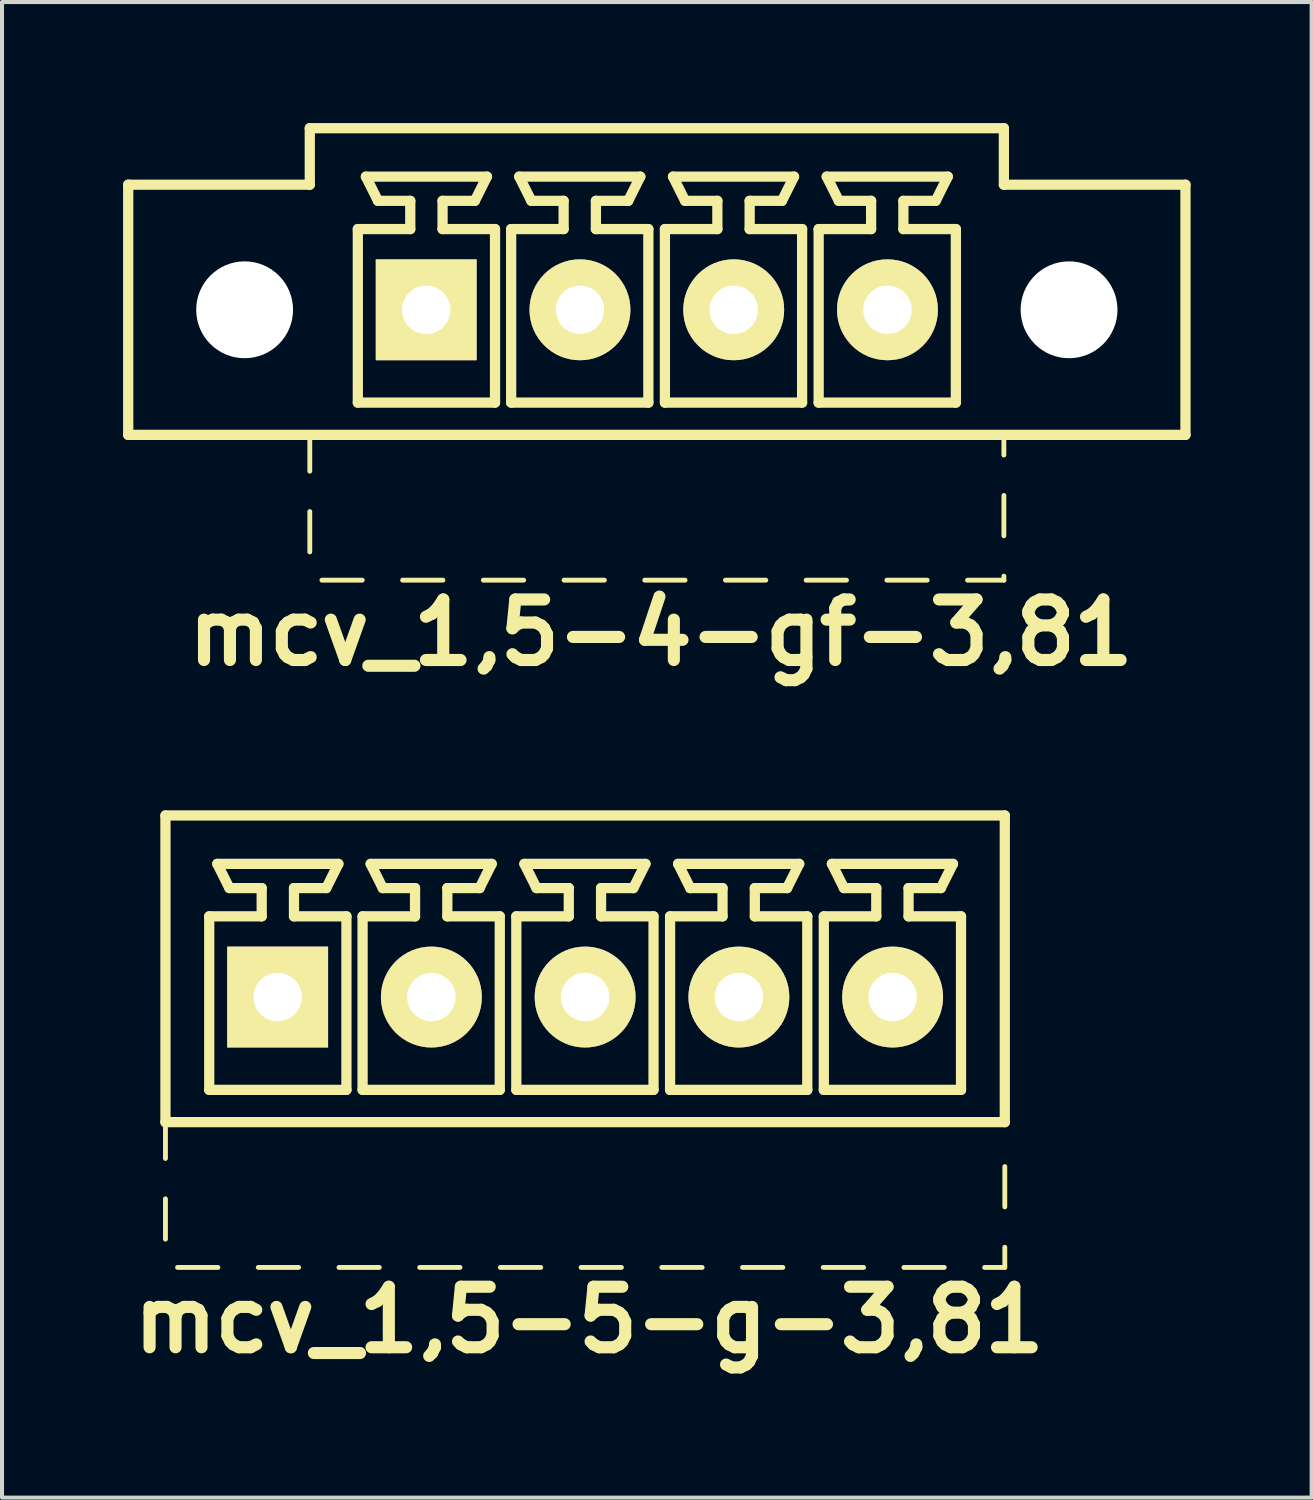
<source format=kicad_pcb>
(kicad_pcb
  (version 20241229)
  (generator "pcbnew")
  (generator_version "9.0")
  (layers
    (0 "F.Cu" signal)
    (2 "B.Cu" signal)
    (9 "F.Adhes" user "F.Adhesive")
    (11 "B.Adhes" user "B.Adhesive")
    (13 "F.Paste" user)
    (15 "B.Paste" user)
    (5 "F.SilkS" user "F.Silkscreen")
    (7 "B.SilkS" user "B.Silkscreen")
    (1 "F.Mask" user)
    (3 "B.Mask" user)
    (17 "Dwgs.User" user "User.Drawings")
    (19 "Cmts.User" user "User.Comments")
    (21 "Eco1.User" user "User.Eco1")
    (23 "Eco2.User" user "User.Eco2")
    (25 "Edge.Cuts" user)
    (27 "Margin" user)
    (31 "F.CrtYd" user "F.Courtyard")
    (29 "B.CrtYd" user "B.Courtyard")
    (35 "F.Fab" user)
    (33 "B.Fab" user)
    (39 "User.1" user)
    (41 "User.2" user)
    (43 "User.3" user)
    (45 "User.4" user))
  (footprint "mcv_1,5-5-g-3,81"
    (layer "F.Cu")
    (at 11.45 21.658)
    (property "Reference" "mcv_1,5-5-g-3,81" (at 0.1 8 0) (layer "F.SilkS") (effects (font (size 1.5 1.5) (thickness 0.3))))
    (attr through_hole)
    (fp_line (start -10.4 -4.5) (end -10.4 3.1) (stroke (width 0.254) (type solid)) (layer "F.SilkS"))
    (fp_line (start -10.4 -4.5) (end 10.4 -4.5) (stroke (width 0.254) (type solid)) (layer "F.SilkS"))
    (fp_line (start -10.4 3.1) (end -10.4 4) (stroke (width 0.12) (type solid)) (layer "F.SilkS"))
    (fp_line (start -10.4 3.1) (end 10.4 3.1) (stroke (width 0.254) (type solid)) (layer "F.SilkS"))
    (fp_line (start -10.4 5) (end -10.4 6) (stroke (width 0.12) (type solid)) (layer "F.SilkS"))
    (fp_line (start -10.1 6.7) (end -9.1 6.7) (stroke (width 0.12) (type solid)) (layer "F.SilkS"))
    (fp_line (start -9.315 -2) (end -8.015 -2) (stroke (width 0.254) (type solid)) (layer "F.SilkS"))
    (fp_line (start -9.315 2.3) (end -9.315 -2) (stroke (width 0.254) (type solid)) (layer "F.SilkS"))
    (fp_line (start -9.115 -3.3) (end -6.115 -3.3) (stroke (width 0.254) (type solid)) (layer "F.SilkS"))
    (fp_line (start -8.815 -2.7) (end -9.115 -3.3) (stroke (width 0.254) (type solid)) (layer "F.SilkS"))
    (fp_line (start -8.1 6.7) (end -7.1 6.7) (stroke (width 0.12) (type solid)) (layer "F.SilkS"))
    (fp_line (start -8.015 -2.7) (end -8.815 -2.7) (stroke (width 0.254) (type solid)) (layer "F.SilkS"))
    (fp_line (start -8.015 -2) (end -8.015 -2.7) (stroke (width 0.254) (type solid)) (layer "F.SilkS"))
    (fp_line (start -7.215 -2.7) (end -7.215 -2) (stroke (width 0.254) (type solid)) (layer "F.SilkS"))
    (fp_line (start -7.215 -2) (end -5.915 -2) (stroke (width 0.254) (type solid)) (layer "F.SilkS"))
    (fp_line (start -6.415 -2.7) (end -7.215 -2.7) (stroke (width 0.254) (type solid)) (layer "F.SilkS"))
    (fp_line (start -6.415 -2.7) (end -6.115 -3.3) (stroke (width 0.254) (type solid)) (layer "F.SilkS"))
    (fp_line (start -6.1 6.7) (end -5.1 6.7) (stroke (width 0.12) (type solid)) (layer "F.SilkS"))
    (fp_line (start -5.915 -2) (end -5.915 2.3) (stroke (width 0.254) (type solid)) (layer "F.SilkS"))
    (fp_line (start -5.915 2.3) (end -9.315 2.3) (stroke (width 0.254) (type solid)) (layer "F.SilkS"))
    (fp_line (start -5.515 -2) (end -4.215 -2) (stroke (width 0.254) (type solid)) (layer "F.SilkS"))
    (fp_line (start -5.515 2.3) (end -5.515 -2) (stroke (width 0.254) (type solid)) (layer "F.SilkS"))
    (fp_line (start -5.315 -3.3) (end -2.315 -3.3) (stroke (width 0.254) (type solid)) (layer "F.SilkS"))
    (fp_line (start -5.015 -2.7) (end -5.315 -3.3) (stroke (width 0.254) (type solid)) (layer "F.SilkS"))
    (fp_line (start -4.215 -2.7) (end -5.015 -2.7) (stroke (width 0.254) (type solid)) (layer "F.SilkS"))
    (fp_line (start -4.215 -2) (end -4.215 -2.7) (stroke (width 0.254) (type solid)) (layer "F.SilkS"))
    (fp_line (start -4.1 6.7) (end -3.1 6.7) (stroke (width 0.12) (type solid)) (layer "F.SilkS"))
    (fp_line (start -3.415 -2.7) (end -3.415 -2) (stroke (width 0.254) (type solid)) (layer "F.SilkS"))
    (fp_line (start -3.415 -2) (end -2.115 -2) (stroke (width 0.254) (type solid)) (layer "F.SilkS"))
    (fp_line (start -2.615 -2.7) (end -3.415 -2.7) (stroke (width 0.254) (type solid)) (layer "F.SilkS"))
    (fp_line (start -2.615 -2.7) (end -2.315 -3.3) (stroke (width 0.254) (type solid)) (layer "F.SilkS"))
    (fp_line (start -2.115 -2) (end -2.115 2.3) (stroke (width 0.254) (type solid)) (layer "F.SilkS"))
    (fp_line (start -2.115 2.3) (end -5.515 2.3) (stroke (width 0.254) (type solid)) (layer "F.SilkS"))
    (fp_line (start -2.1 6.7) (end -1.1 6.7) (stroke (width 0.12) (type solid)) (layer "F.SilkS"))
    (fp_line (start -1.705 -2) (end -0.405 -2) (stroke (width 0.254) (type solid)) (layer "F.SilkS"))
    (fp_line (start -1.705 2.3) (end -1.705 -2) (stroke (width 0.254) (type solid)) (layer "F.SilkS"))
    (fp_line (start -1.505 -3.3) (end 1.495 -3.3) (stroke (width 0.254) (type solid)) (layer "F.SilkS"))
    (fp_line (start -1.205 -2.7) (end -1.505 -3.3) (stroke (width 0.254) (type solid)) (layer "F.SilkS"))
    (fp_line (start -0.405 -2.7) (end -1.205 -2.7) (stroke (width 0.254) (type solid)) (layer "F.SilkS"))
    (fp_line (start -0.405 -2) (end -0.405 -2.7) (stroke (width 0.254) (type solid)) (layer "F.SilkS"))
    (fp_line (start -0.1 6.7) (end 0.9 6.7) (stroke (width 0.12) (type solid)) (layer "F.SilkS"))
    (fp_line (start 0.395 -2.7) (end 0.395 -2) (stroke (width 0.254) (type solid)) (layer "F.SilkS"))
    (fp_line (start 0.395 -2) (end 1.695 -2) (stroke (width 0.254) (type solid)) (layer "F.SilkS"))
    (fp_line (start 1.195 -2.7) (end 0.395 -2.7) (stroke (width 0.254) (type solid)) (layer "F.SilkS"))
    (fp_line (start 1.195 -2.7) (end 1.495 -3.3) (stroke (width 0.254) (type solid)) (layer "F.SilkS"))
    (fp_line (start 1.695 -2) (end 1.695 2.3) (stroke (width 0.254) (type solid)) (layer "F.SilkS"))
    (fp_line (start 1.695 2.3) (end -1.705 2.3) (stroke (width 0.254) (type solid)) (layer "F.SilkS"))
    (fp_line (start 1.9 6.7) (end 2.9 6.7) (stroke (width 0.12) (type solid)) (layer "F.SilkS"))
    (fp_line (start 2.105 -2) (end 3.405 -2) (stroke (width 0.254) (type solid)) (layer "F.SilkS"))
    (fp_line (start 2.105 2.3) (end 2.105 -2) (stroke (width 0.254) (type solid)) (layer "F.SilkS"))
    (fp_line (start 2.305 -3.3) (end 5.305 -3.3) (stroke (width 0.254) (type solid)) (layer "F.SilkS"))
    (fp_line (start 2.605 -2.7) (end 2.305 -3.3) (stroke (width 0.254) (type solid)) (layer "F.SilkS"))
    (fp_line (start 3.405 -2.7) (end 2.605 -2.7) (stroke (width 0.254) (type solid)) (layer "F.SilkS"))
    (fp_line (start 3.405 -2) (end 3.405 -2.7) (stroke (width 0.254) (type solid)) (layer "F.SilkS"))
    (fp_line (start 3.9 6.7) (end 4.9 6.7) (stroke (width 0.12) (type solid)) (layer "F.SilkS"))
    (fp_line (start 4.205 -2.7) (end 4.205 -2) (stroke (width 0.254) (type solid)) (layer "F.SilkS"))
    (fp_line (start 4.205 -2) (end 5.505 -2) (stroke (width 0.254) (type solid)) (layer "F.SilkS"))
    (fp_line (start 5.005 -2.7) (end 4.205 -2.7) (stroke (width 0.254) (type solid)) (layer "F.SilkS"))
    (fp_line (start 5.005 -2.7) (end 5.305 -3.3) (stroke (width 0.254) (type solid)) (layer "F.SilkS"))
    (fp_line (start 5.505 -2) (end 5.505 2.3) (stroke (width 0.254) (type solid)) (layer "F.SilkS"))
    (fp_line (start 5.505 2.3) (end 2.105 2.3) (stroke (width 0.254) (type solid)) (layer "F.SilkS"))
    (fp_line (start 5.9 6.7) (end 6.9 6.7) (stroke (width 0.12) (type solid)) (layer "F.SilkS"))
    (fp_line (start 5.915 -2) (end 7.215 -2) (stroke (width 0.254) (type solid)) (layer "F.SilkS"))
    (fp_line (start 5.915 2.3) (end 5.915 -2) (stroke (width 0.254) (type solid)) (layer "F.SilkS"))
    (fp_line (start 6.115 -3.3) (end 9.115 -3.3) (stroke (width 0.254) (type solid)) (layer "F.SilkS"))
    (fp_line (start 6.415 -2.7) (end 6.115 -3.3) (stroke (width 0.254) (type solid)) (layer "F.SilkS"))
    (fp_line (start 7.215 -2.7) (end 6.415 -2.7) (stroke (width 0.254) (type solid)) (layer "F.SilkS"))
    (fp_line (start 7.215 -2) (end 7.215 -2.7) (stroke (width 0.254) (type solid)) (layer "F.SilkS"))
    (fp_line (start 7.9 6.7) (end 8.9 6.7) (stroke (width 0.12) (type solid)) (layer "F.SilkS"))
    (fp_line (start 8.015 -2.7) (end 8.015 -2) (stroke (width 0.254) (type solid)) (layer "F.SilkS"))
    (fp_line (start 8.015 -2) (end 9.315 -2) (stroke (width 0.254) (type solid)) (layer "F.SilkS"))
    (fp_line (start 8.815 -2.7) (end 8.015 -2.7) (stroke (width 0.254) (type solid)) (layer "F.SilkS"))
    (fp_line (start 8.815 -2.7) (end 9.115 -3.3) (stroke (width 0.254) (type solid)) (layer "F.SilkS"))
    (fp_line (start 9.315 -2) (end 9.315 2.3) (stroke (width 0.254) (type solid)) (layer "F.SilkS"))
    (fp_line (start 9.315 2.3) (end 5.915 2.3) (stroke (width 0.254) (type solid)) (layer "F.SilkS"))
    (fp_line (start 9.9 6.7) (end 10.4 6.7) (stroke (width 0.12) (type solid)) (layer "F.SilkS"))
    (fp_line (start 10.4 -4.5) (end 10.4 3.1) (stroke (width 0.254) (type solid)) (layer "F.SilkS"))
    (fp_line (start 10.4 4.2) (end 10.4 5.2) (stroke (width 0.12) (type solid)) (layer "F.SilkS"))
    (fp_line (start 10.4 6.2) (end 10.4 6.7) (stroke (width 0.12) (type solid)) (layer "F.SilkS"))
    (pad "1" thru_hole rect (at -7.62 0) (size 2.5 2.5) (drill 1.2) (layers "*.Cu" "*.Mask" "F.SilkS"))
    (pad "2" thru_hole circle (at -3.81 0) (size 2.5 2.5) (drill 1.2) (layers "*.Cu" "*.Mask" "F.SilkS"))
    (pad "3" thru_hole circle (at 0 0) (size 2.5 2.5) (drill 1.2) (layers "*.Cu" "*.Mask" "F.SilkS"))
    (pad "4" thru_hole circle (at 3.81 0) (size 2.5 2.5) (drill 1.2) (layers "*.Cu" "*.Mask" "F.SilkS"))
    (pad "5" thru_hole circle (at 7.62 0) (size 2.5 2.5) (drill 1.2) (layers "*.Cu" "*.Mask" "F.SilkS")))
  (footprint "mcv_1,5-4-gf-3,81"
    (layer "F.Cu")
    (at 13.227 4.627)
    (property "Reference" "mcv_1,5-4-gf-3,81" (at 0.1 8 0) (layer "F.SilkS") (effects (font (size 1.5 1.5) (thickness 0.3))))
    (attr through_hole)
    (fp_line (start -13.1 3.1) (end -13.1 -3.1) (stroke (width 0.254) (type solid)) (layer "F.SilkS"))
    (fp_line (start -13.1 3.1) (end 13.1 3.1) (stroke (width 0.254) (type solid)) (layer "F.SilkS"))
    (fp_line (start -8.6 -4.5) (end -8.6 -3.1) (stroke (width 0.254) (type solid)) (layer "F.SilkS"))
    (fp_line (start -8.6 -4.5) (end 8.6 -4.5) (stroke (width 0.254) (type solid)) (layer "F.SilkS"))
    (fp_line (start -8.6 -3.1) (end -13.1 -3.1) (stroke (width 0.254) (type solid)) (layer "F.SilkS"))
    (fp_line (start -8.6 3.1) (end -8.6 4) (stroke (width 0.12) (type solid)) (layer "F.SilkS"))
    (fp_line (start -8.6 5) (end -8.6 6) (stroke (width 0.12) (type solid)) (layer "F.SilkS"))
    (fp_line (start -8.3 6.7) (end -7.3 6.7) (stroke (width 0.12) (type solid)) (layer "F.SilkS"))
    (fp_line (start -7.41 -2) (end -6.11 -2) (stroke (width 0.254) (type solid)) (layer "F.SilkS"))
    (fp_line (start -7.41 2.3) (end -7.41 -2) (stroke (width 0.254) (type solid)) (layer "F.SilkS"))
    (fp_line (start -7.21 -3.3) (end -4.21 -3.3) (stroke (width 0.254) (type solid)) (layer "F.SilkS"))
    (fp_line (start -6.91 -2.7) (end -7.21 -3.3) (stroke (width 0.254) (type solid)) (layer "F.SilkS"))
    (fp_line (start -6.3 6.7) (end -5.3 6.7) (stroke (width 0.12) (type solid)) (layer "F.SilkS"))
    (fp_line (start -6.11 -2.7) (end -6.91 -2.7) (stroke (width 0.254) (type solid)) (layer "F.SilkS"))
    (fp_line (start -6.11 -2) (end -6.11 -2.7) (stroke (width 0.254) (type solid)) (layer "F.SilkS"))
    (fp_line (start -5.31 -2.7) (end -5.31 -2) (stroke (width 0.254) (type solid)) (layer "F.SilkS"))
    (fp_line (start -5.31 -2) (end -4.01 -2) (stroke (width 0.254) (type solid)) (layer "F.SilkS"))
    (fp_line (start -4.51 -2.7) (end -5.31 -2.7) (stroke (width 0.254) (type solid)) (layer "F.SilkS"))
    (fp_line (start -4.51 -2.7) (end -4.21 -3.3) (stroke (width 0.254) (type solid)) (layer "F.SilkS"))
    (fp_line (start -4.3 6.7) (end -3.3 6.7) (stroke (width 0.12) (type solid)) (layer "F.SilkS"))
    (fp_line (start -4.01 -2) (end -4.01 2.3) (stroke (width 0.254) (type solid)) (layer "F.SilkS"))
    (fp_line (start -4.01 2.3) (end -7.41 2.3) (stroke (width 0.254) (type solid)) (layer "F.SilkS"))
    (fp_line (start -3.61 -2) (end -2.31 -2) (stroke (width 0.254) (type solid)) (layer "F.SilkS"))
    (fp_line (start -3.61 2.3) (end -3.61 -2) (stroke (width 0.254) (type solid)) (layer "F.SilkS"))
    (fp_line (start -3.41 -3.3) (end -0.41 -3.3) (stroke (width 0.254) (type solid)) (layer "F.SilkS"))
    (fp_line (start -3.11 -2.7) (end -3.41 -3.3) (stroke (width 0.254) (type solid)) (layer "F.SilkS"))
    (fp_line (start -2.31 -2.7) (end -3.11 -2.7) (stroke (width 0.254) (type solid)) (layer "F.SilkS"))
    (fp_line (start -2.31 -2) (end -2.31 -2.7) (stroke (width 0.254) (type solid)) (layer "F.SilkS"))
    (fp_line (start -2.3 6.7) (end -1.3 6.7) (stroke (width 0.12) (type solid)) (layer "F.SilkS"))
    (fp_line (start -1.51 -2.7) (end -1.51 -2) (stroke (width 0.254) (type solid)) (layer "F.SilkS"))
    (fp_line (start -1.51 -2) (end -0.21 -2) (stroke (width 0.254) (type solid)) (layer "F.SilkS"))
    (fp_line (start -0.71 -2.7) (end -1.51 -2.7) (stroke (width 0.254) (type solid)) (layer "F.SilkS"))
    (fp_line (start -0.71 -2.7) (end -0.41 -3.3) (stroke (width 0.254) (type solid)) (layer "F.SilkS"))
    (fp_line (start -0.3 6.7) (end 0.7 6.7) (stroke (width 0.12) (type solid)) (layer "F.SilkS"))
    (fp_line (start -0.21 -2) (end -0.21 2.3) (stroke (width 0.254) (type solid)) (layer "F.SilkS"))
    (fp_line (start -0.21 2.3) (end -3.61 2.3) (stroke (width 0.254) (type solid)) (layer "F.SilkS"))
    (fp_line (start 0.2 -2) (end 1.5 -2) (stroke (width 0.254) (type solid)) (layer "F.SilkS"))
    (fp_line (start 0.2 2.3) (end 0.2 -2) (stroke (width 0.254) (type solid)) (layer "F.SilkS"))
    (fp_line (start 0.4 -3.3) (end 3.4 -3.3) (stroke (width 0.254) (type solid)) (layer "F.SilkS"))
    (fp_line (start 0.7 -2.7) (end 0.4 -3.3) (stroke (width 0.254) (type solid)) (layer "F.SilkS"))
    (fp_line (start 1.5 -2.7) (end 0.7 -2.7) (stroke (width 0.254) (type solid)) (layer "F.SilkS"))
    (fp_line (start 1.5 -2) (end 1.5 -2.7) (stroke (width 0.254) (type solid)) (layer "F.SilkS"))
    (fp_line (start 1.7 6.7) (end 2.7 6.7) (stroke (width 0.12) (type solid)) (layer "F.SilkS"))
    (fp_line (start 2.3 -2.7) (end 2.3 -2) (stroke (width 0.254) (type solid)) (layer "F.SilkS"))
    (fp_line (start 2.3 -2) (end 3.6 -2) (stroke (width 0.254) (type solid)) (layer "F.SilkS"))
    (fp_line (start 3.1 -2.7) (end 2.3 -2.7) (stroke (width 0.254) (type solid)) (layer "F.SilkS"))
    (fp_line (start 3.1 -2.7) (end 3.4 -3.3) (stroke (width 0.254) (type solid)) (layer "F.SilkS"))
    (fp_line (start 3.6 -2) (end 3.6 2.3) (stroke (width 0.254) (type solid)) (layer "F.SilkS"))
    (fp_line (start 3.6 2.3) (end 0.2 2.3) (stroke (width 0.254) (type solid)) (layer "F.SilkS"))
    (fp_line (start 3.7 6.7) (end 4.7 6.7) (stroke (width 0.12) (type solid)) (layer "F.SilkS"))
    (fp_line (start 4.01 -2) (end 5.31 -2) (stroke (width 0.254) (type solid)) (layer "F.SilkS"))
    (fp_line (start 4.01 2.3) (end 4.01 -2) (stroke (width 0.254) (type solid)) (layer "F.SilkS"))
    (fp_line (start 4.21 -3.3) (end 7.21 -3.3) (stroke (width 0.254) (type solid)) (layer "F.SilkS"))
    (fp_line (start 4.51 -2.7) (end 4.21 -3.3) (stroke (width 0.254) (type solid)) (layer "F.SilkS"))
    (fp_line (start 5.31 -2.7) (end 4.51 -2.7) (stroke (width 0.254) (type solid)) (layer "F.SilkS"))
    (fp_line (start 5.31 -2) (end 5.31 -2.7) (stroke (width 0.254) (type solid)) (layer "F.SilkS"))
    (fp_line (start 5.7 6.7) (end 6.7 6.7) (stroke (width 0.12) (type solid)) (layer "F.SilkS"))
    (fp_line (start 6.11 -2.7) (end 6.11 -2) (stroke (width 0.254) (type solid)) (layer "F.SilkS"))
    (fp_line (start 6.11 -2) (end 7.41 -2) (stroke (width 0.254) (type solid)) (layer "F.SilkS"))
    (fp_line (start 6.91 -2.7) (end 6.11 -2.7) (stroke (width 0.254) (type solid)) (layer "F.SilkS"))
    (fp_line (start 6.91 -2.7) (end 7.21 -3.3) (stroke (width 0.254) (type solid)) (layer "F.SilkS"))
    (fp_line (start 7.41 -2) (end 7.41 2.3) (stroke (width 0.254) (type solid)) (layer "F.SilkS"))
    (fp_line (start 7.41 2.3) (end 4.01 2.3) (stroke (width 0.254) (type solid)) (layer "F.SilkS"))
    (fp_line (start 7.7 6.7) (end 8.6 6.7) (stroke (width 0.12) (type solid)) (layer "F.SilkS"))
    (fp_line (start 8.6 -4.5) (end 8.6 -3.1) (stroke (width 0.254) (type solid)) (layer "F.SilkS"))
    (fp_line (start 8.6 -3.1) (end 13.1 -3.1) (stroke (width 0.254) (type solid)) (layer "F.SilkS"))
    (fp_line (start 8.6 3.6) (end 8.6 3.1) (stroke (width 0.12) (type solid)) (layer "F.SilkS"))
    (fp_line (start 8.6 5.6) (end 8.6 4.6) (stroke (width 0.12) (type solid)) (layer "F.SilkS"))
    (fp_line (start 8.6 6.7) (end 8.6 6.6) (stroke (width 0.12) (type solid)) (layer "F.SilkS"))
    (fp_line (start 13.1 3.1) (end 13.1 -3.1) (stroke (width 0.254) (type solid)) (layer "F.SilkS"))
    (pad "" np_thru_hole circle (at -10.215 0) (size 2.4 2.4) (drill 2.4) (layers "*.Cu" "*.Mask"))
    (pad "" np_thru_hole circle (at 10.215 0) (size 2.4 2.4) (drill 2.4) (layers "*.Cu" "*.Mask"))
    (pad "1" thru_hole rect (at -5.715 0) (size 2.5 2.5) (drill 1.2) (layers "*.Cu" "*.Mask" "F.SilkS"))
    (pad "2" thru_hole circle (at -1.905 0) (size 2.5 2.5) (drill 1.2) (layers "*.Cu" "*.Mask" "F.SilkS"))
    (pad "3" thru_hole circle (at 1.905 0) (size 2.5 2.5) (drill 1.2) (layers "*.Cu" "*.Mask" "F.SilkS"))
    (pad "4" thru_hole circle (at 5.715 0) (size 2.5 2.5) (drill 1.2) (layers "*.Cu" "*.Mask" "F.SilkS")))
  (gr_rect
    (start -3 -3)
    (end 29.454 34.062)
    (stroke (width 0.1) (type default))
    (fill no)
    (layer "Edge.Cuts")))
</source>
